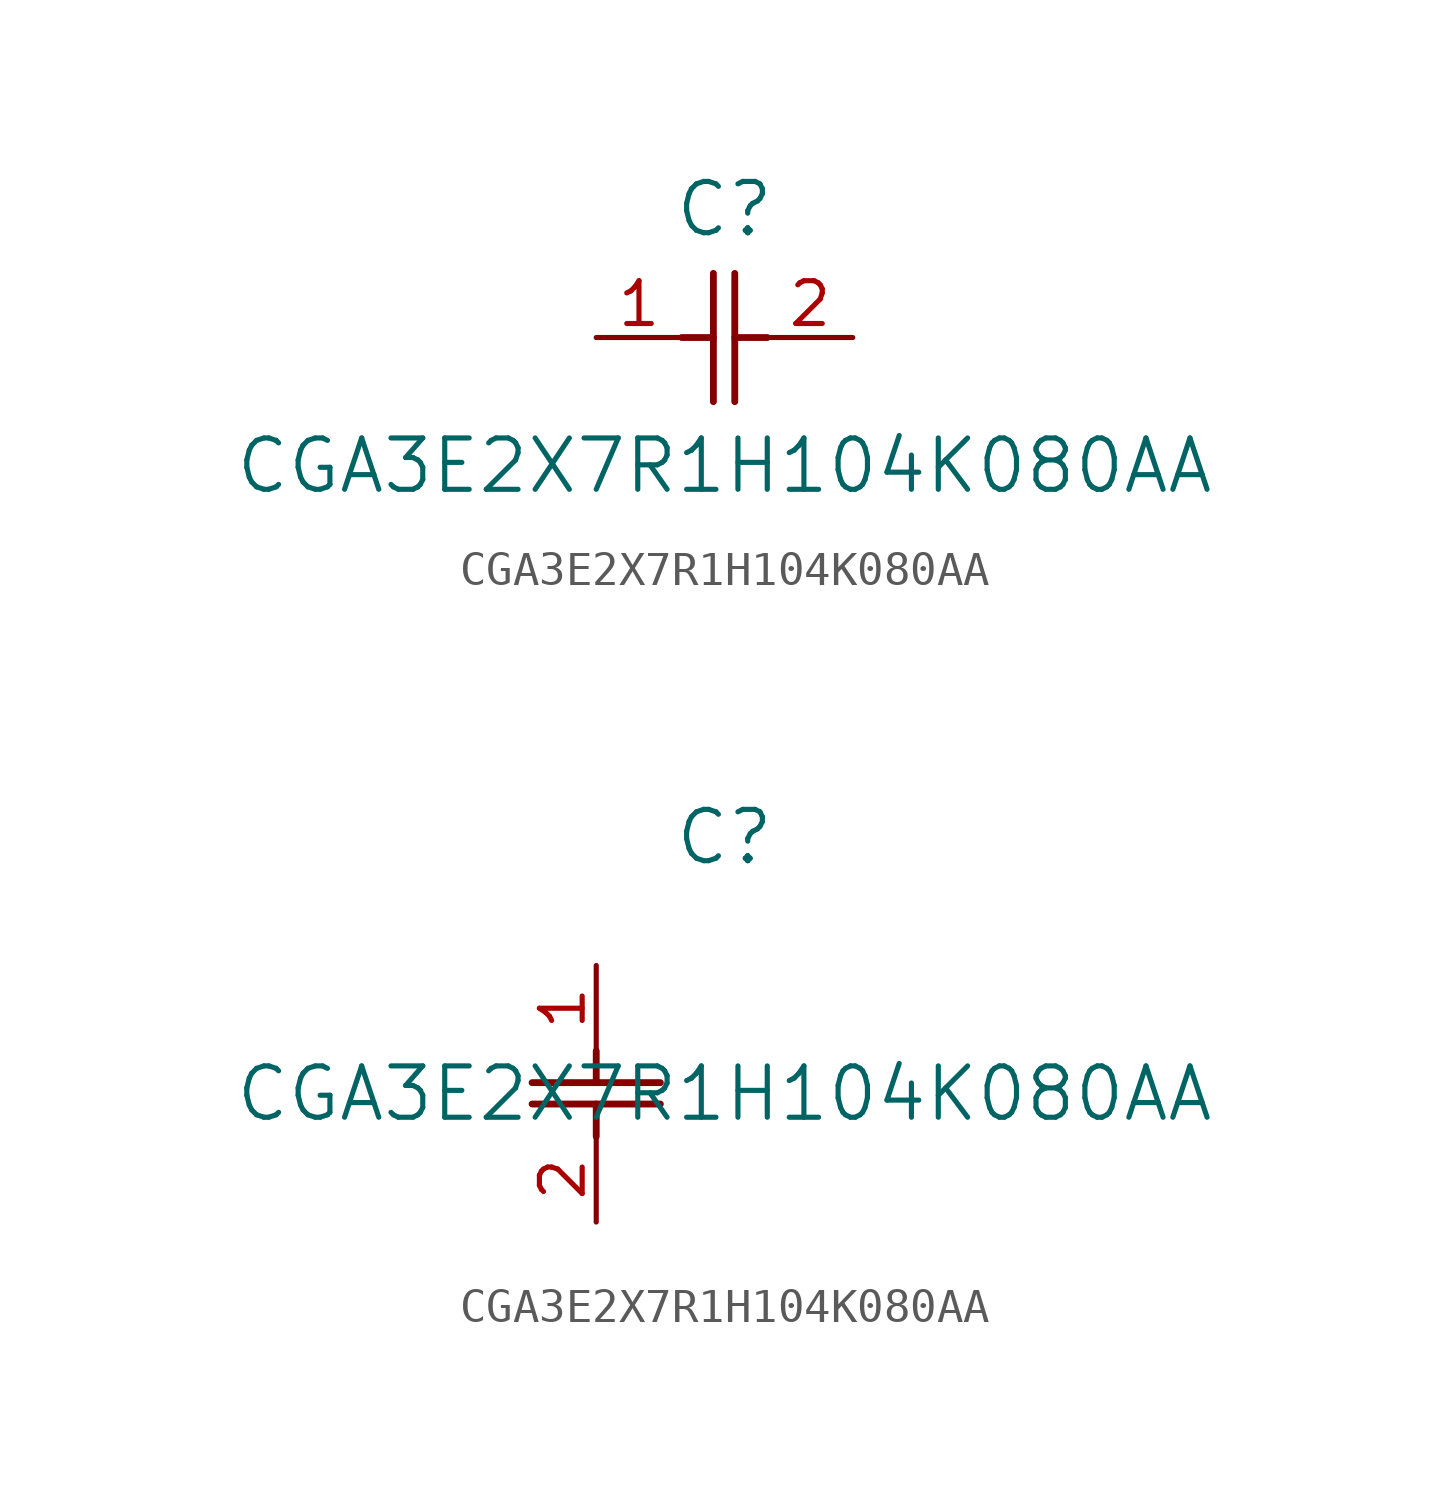
<source format=kicad_sym>
(kicad_symbol_lib
  (version 20211014)
  (generator kicad_symbol_editor)
  (symbol "CGA3E2X7R1H104K080AA"
    (pin_names
      (offset 0.254))
    (property "Reference" "C"
      (at 3.81 3.81 0)
      (effects (font (size 1.524 1.524))))
    (property "Value" "CGA3E2X7R1H104K080AA"
      (at 3.81 -3.81 0)
      (effects (font (size 1.524 1.524))))
    (symbol "CGA3E2X7R1H104K080AA_1_1"
      (polyline (pts (xy 3.48 -1.905) (xy 3.48 1.905)) (stroke (width 0.203) (type default) (color 0 0 0 0)) (fill (type none)))
      (polyline (pts (xy 4.115 -1.905) (xy 4.115 1.905)) (stroke (width 0.203) (type default) (color 0 0 0 0)) (fill (type none)))
      (polyline (pts (xy 4.115 0) (xy 5.08 0)) (stroke (width 0.203) (type default) (color 0 0 0 0)) (fill (type none)))
      (polyline (pts (xy 2.54 0) (xy 3.48 0)) (stroke (width 0.203) (type default) (color 0 0 0 0)) (fill (type none)))
      (pin unspecified line (at 0 0 0) (length 2.54) (name "" (effects (font (size 1.27 1.27)))) (number "1" (effects (font (size 1.27 1.27)))))
      (pin unspecified line (at 7.62 0 180) (length 2.54) (name "" (effects (font (size 1.27 1.27)))) (number "2" (effects (font (size 1.27 1.27))))))
    (symbol "CGA3E2X7R1H104K080AA_1_2"
      (polyline (pts (xy -1.905 -3.48) (xy 1.905 -3.48)) (stroke (width 0.203) (type default) (color 0 0 0 0)) (fill (type none)))
      (polyline (pts (xy -1.905 -4.115) (xy 1.905 -4.115)) (stroke (width 0.203) (type default) (color 0 0 0 0)) (fill (type none)))
      (polyline (pts (xy 0 -4.115) (xy 0 -5.08)) (stroke (width 0.203) (type default) (color 0 0 0 0)) (fill (type none)))
      (polyline (pts (xy 0 -2.54) (xy 0 -3.48)) (stroke (width 0.203) (type default) (color 0 0 0 0)) (fill (type none)))
      (pin unspecified line (at 0 0 270) (length 2.54) (name "" (effects (font (size 1.27 1.27)))) (number "1" (effects (font (size 1.27 1.27)))))
      (pin unspecified line (at 0 -7.62 90) (length 2.54) (name "" (effects (font (size 1.27 1.27)))) (number "2" (effects (font (size 1.27 1.27))))))))
</source>
